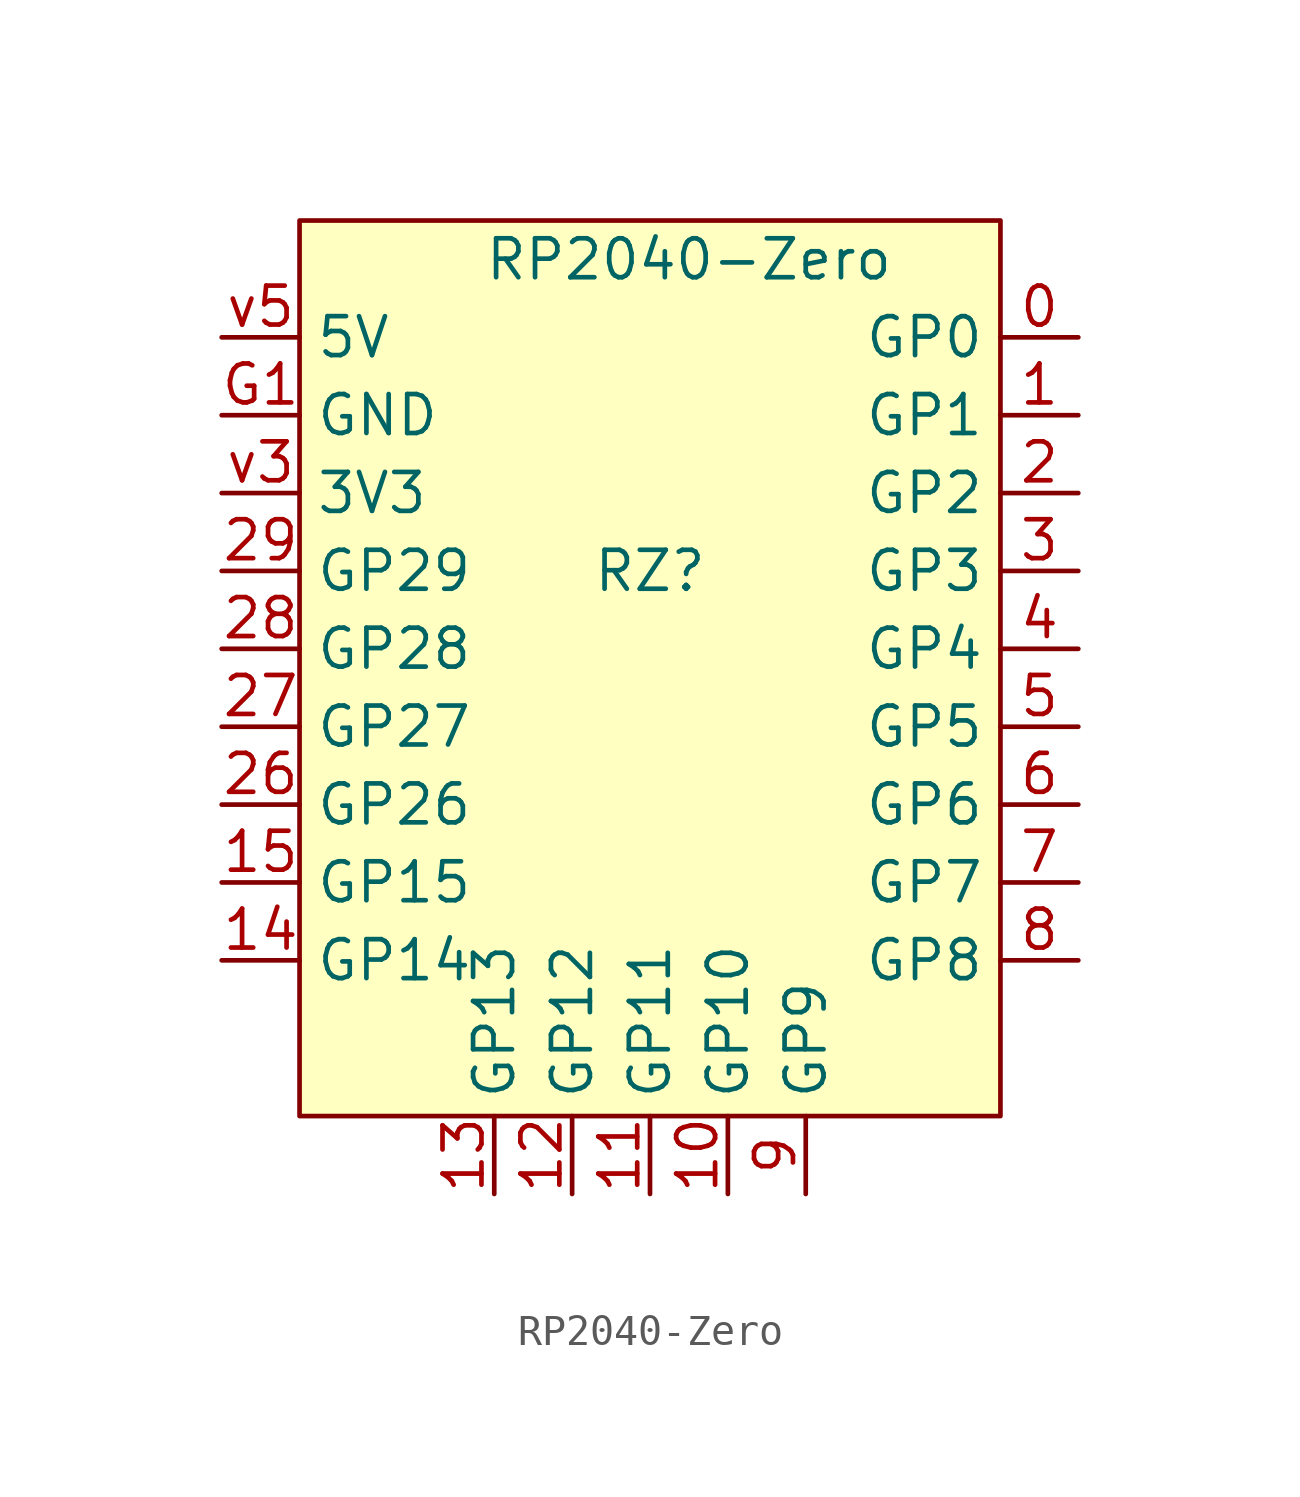
<source format=kicad_sym>
(kicad_symbol_lib
  (version 20211014)
  (generator kicad_symbol_editor)
  (symbol "RP2040-Zero"
    (property "Reference" "RZ"
      (at 1.27 2.54 0)
      (effects (font (size 1.27 1.27))))
    (property "Value" "RP2040-Zero"
      (at 2.54 12.7 0)
      (effects (font (size 1.27 1.27))))
    (symbol "RP2040-Zero_0_1"
      (rectangle (start -10.16 13.97) (end 12.7 -15.24) (stroke (width 0) (type default) (color 0 0 0 0)) (fill (type background))))
    (symbol "RP2040-Zero_1_1"
      (pin bidirectional line (at 15.24 10.16 180) (length 2.54) (name "GP0" (effects (font (size 1.27 1.27)))) (number "0" (effects (font (size 1.27 1.27)))))
      (pin bidirectional line (at 15.24 7.62 180) (length 2.54) (name "GP1" (effects (font (size 1.27 1.27)))) (number "1" (effects (font (size 1.27 1.27)))))
      (pin bidirectional line (at 3.81 -17.78 90) (length 2.54) (name "GP10" (effects (font (size 1.27 1.27)))) (number "10" (effects (font (size 1.27 1.27)))))
      (pin bidirectional line (at 1.27 -17.78 90) (length 2.54) (name "GP11" (effects (font (size 1.27 1.27)))) (number "11" (effects (font (size 1.27 1.27)))))
      (pin bidirectional line (at -1.27 -17.78 90) (length 2.54) (name "GP12" (effects (font (size 1.27 1.27)))) (number "12" (effects (font (size 1.27 1.27)))))
      (pin bidirectional line (at -3.81 -17.78 90) (length 2.54) (name "GP13" (effects (font (size 1.27 1.27)))) (number "13" (effects (font (size 1.27 1.27)))))
      (pin bidirectional line (at -12.7 -10.16 0) (length 2.54) (name "GP14" (effects (font (size 1.27 1.27)))) (number "14" (effects (font (size 1.27 1.27)))))
      (pin bidirectional line (at -12.7 -7.62 0) (length 2.54) (name "GP15" (effects (font (size 1.27 1.27)))) (number "15" (effects (font (size 1.27 1.27)))))
      (pin bidirectional line (at 15.24 5.08 180) (length 2.54) (name "GP2" (effects (font (size 1.27 1.27)))) (number "2" (effects (font (size 1.27 1.27)))))
      (pin bidirectional line (at -12.7 -5.08 0) (length 2.54) (name "GP26" (effects (font (size 1.27 1.27)))) (number "26" (effects (font (size 1.27 1.27)))))
      (pin bidirectional line (at -12.7 -2.54 0) (length 2.54) (name "GP27" (effects (font (size 1.27 1.27)))) (number "27" (effects (font (size 1.27 1.27)))))
      (pin bidirectional line (at -12.7 0 0) (length 2.54) (name "GP28" (effects (font (size 1.27 1.27)))) (number "28" (effects (font (size 1.27 1.27)))))
      (pin bidirectional line (at -12.7 2.54 0) (length 2.54) (name "GP29" (effects (font (size 1.27 1.27)))) (number "29" (effects (font (size 1.27 1.27)))))
      (pin bidirectional line (at 15.24 2.54 180) (length 2.54) (name "GP3" (effects (font (size 1.27 1.27)))) (number "3" (effects (font (size 1.27 1.27)))))
      (pin bidirectional line (at 15.24 0 180) (length 2.54) (name "GP4" (effects (font (size 1.27 1.27)))) (number "4" (effects (font (size 1.27 1.27)))))
      (pin bidirectional line (at 15.24 -2.54 180) (length 2.54) (name "GP5" (effects (font (size 1.27 1.27)))) (number "5" (effects (font (size 1.27 1.27)))))
      (pin bidirectional line (at 15.24 -5.08 180) (length 2.54) (name "GP6" (effects (font (size 1.27 1.27)))) (number "6" (effects (font (size 1.27 1.27)))))
      (pin bidirectional line (at 15.24 -7.62 180) (length 2.54) (name "GP7" (effects (font (size 1.27 1.27)))) (number "7" (effects (font (size 1.27 1.27)))))
      (pin bidirectional line (at 15.24 -10.16 180) (length 2.54) (name "GP8" (effects (font (size 1.27 1.27)))) (number "8" (effects (font (size 1.27 1.27)))))
      (pin bidirectional line (at 6.35 -17.78 90) (length 2.54) (name "GP9" (effects (font (size 1.27 1.27)))) (number "9" (effects (font (size 1.27 1.27)))))
      (pin power_in line (at -12.7 7.62 0) (length 2.54) (name "GND" (effects (font (size 1.27 1.27)))) (number "G1" (effects (font (size 1.27 1.27)))))
      (pin power_in line (at -12.7 5.08 0) (length 2.54) (name "3V3" (effects (font (size 1.27 1.27)))) (number "v3" (effects (font (size 1.27 1.27)))))
      (pin power_in line (at -12.7 10.16 0) (length 2.54) (name "5V" (effects (font (size 1.27 1.27)))) (number "v5" (effects (font (size 1.27 1.27))))))))
</source>
